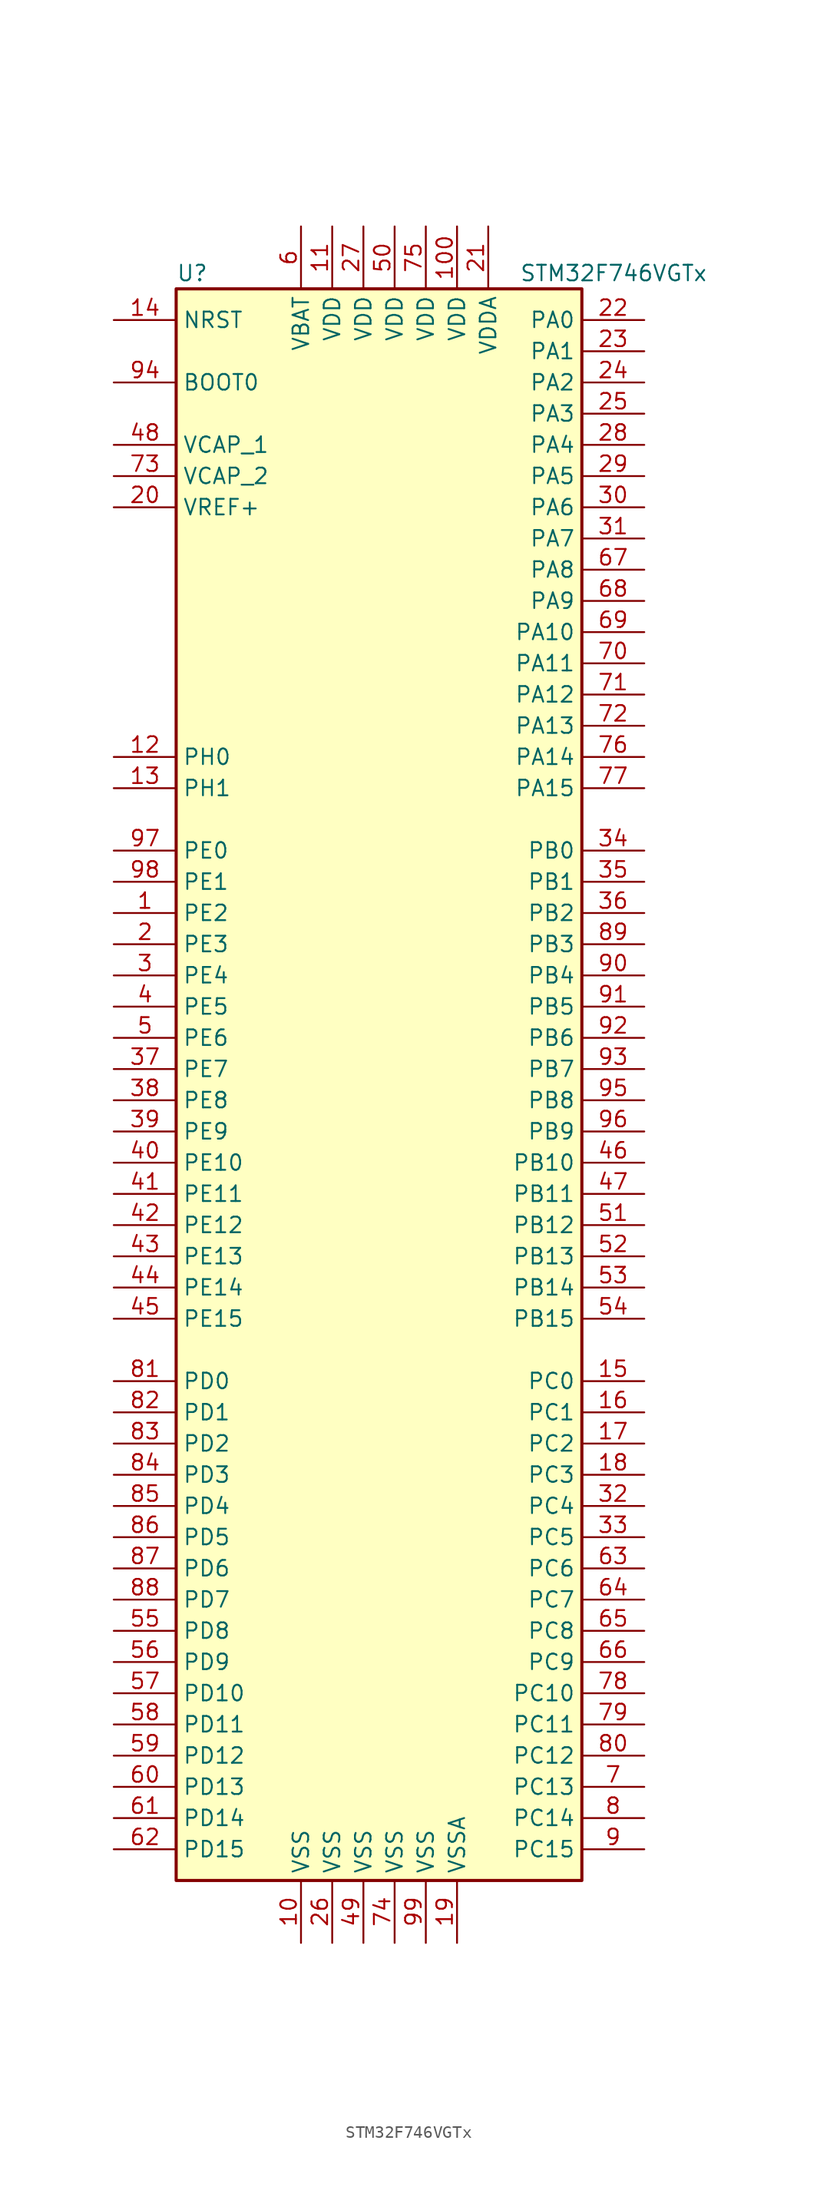
<source format=kicad_sym>
(kicad_symbol_lib
  (version 20220914)
  (generator kicad_symbol_editor)
  (symbol "STM32F746VGTx"
    (property "Reference" "U"
      (at -17.78 64.77 0)
      (effects (font (size 1.27 1.27)) (justify left)))
    (property "Value" "STM32F746VGTx"
      (at 10.16 64.77 0)
      (effects (font (size 1.27 1.27)) (justify left)))
    (symbol "STM32F746VGTx_0_1"
      (rectangle (start -17.78 -66.04) (end 15.24 63.5) (stroke (width 0.254) (type default)) (fill (type background))))
    (symbol "STM32F746VGTx_1_1"
      (pin bidirectional line (at -22.86 12.7 0) (length 5.08) (name "PE2" (effects (font (size 1.27 1.27)))) (number "1" (effects (font (size 1.27 1.27)))))
      (pin power_in line (at -7.62 -71.12 90) (length 5.08) (name "VSS" (effects (font (size 1.27 1.27)))) (number "10" (effects (font (size 1.27 1.27)))))
      (pin power_in line (at 5.08 68.58 270) (length 5.08) (name "VDD" (effects (font (size 1.27 1.27)))) (number "100" (effects (font (size 1.27 1.27)))))
      (pin power_in line (at -5.08 68.58 270) (length 5.08) (name "VDD" (effects (font (size 1.27 1.27)))) (number "11" (effects (font (size 1.27 1.27)))))
      (pin input line (at -22.86 25.4 0) (length 5.08) (name "PH0" (effects (font (size 1.27 1.27)))) (number "12" (effects (font (size 1.27 1.27)))))
      (pin input line (at -22.86 22.86 0) (length 5.08) (name "PH1" (effects (font (size 1.27 1.27)))) (number "13" (effects (font (size 1.27 1.27)))))
      (pin input line (at -22.86 60.96 0) (length 5.08) (name "NRST" (effects (font (size 1.27 1.27)))) (number "14" (effects (font (size 1.27 1.27)))))
      (pin bidirectional line (at 20.32 -25.4 180) (length 5.08) (name "PC0" (effects (font (size 1.27 1.27)))) (number "15" (effects (font (size 1.27 1.27)))))
      (pin bidirectional line (at 20.32 -27.94 180) (length 5.08) (name "PC1" (effects (font (size 1.27 1.27)))) (number "16" (effects (font (size 1.27 1.27)))))
      (pin bidirectional line (at 20.32 -30.48 180) (length 5.08) (name "PC2" (effects (font (size 1.27 1.27)))) (number "17" (effects (font (size 1.27 1.27)))))
      (pin bidirectional line (at 20.32 -33.02 180) (length 5.08) (name "PC3" (effects (font (size 1.27 1.27)))) (number "18" (effects (font (size 1.27 1.27)))))
      (pin power_in line (at 5.08 -71.12 90) (length 5.08) (name "VSSA" (effects (font (size 1.27 1.27)))) (number "19" (effects (font (size 1.27 1.27)))))
      (pin bidirectional line (at -22.86 10.16 0) (length 5.08) (name "PE3" (effects (font (size 1.27 1.27)))) (number "2" (effects (font (size 1.27 1.27)))))
      (pin power_in line (at -22.86 45.72 0) (length 5.08) (name "VREF+" (effects (font (size 1.27 1.27)))) (number "20" (effects (font (size 1.27 1.27)))))
      (pin power_in line (at 7.62 68.58 270) (length 5.08) (name "VDDA" (effects (font (size 1.27 1.27)))) (number "21" (effects (font (size 1.27 1.27)))))
      (pin bidirectional line (at 20.32 60.96 180) (length 5.08) (name "PA0" (effects (font (size 1.27 1.27)))) (number "22" (effects (font (size 1.27 1.27)))))
      (pin bidirectional line (at 20.32 58.42 180) (length 5.08) (name "PA1" (effects (font (size 1.27 1.27)))) (number "23" (effects (font (size 1.27 1.27)))))
      (pin bidirectional line (at 20.32 55.88 180) (length 5.08) (name "PA2" (effects (font (size 1.27 1.27)))) (number "24" (effects (font (size 1.27 1.27)))))
      (pin bidirectional line (at 20.32 53.34 180) (length 5.08) (name "PA3" (effects (font (size 1.27 1.27)))) (number "25" (effects (font (size 1.27 1.27)))))
      (pin power_in line (at -5.08 -71.12 90) (length 5.08) (name "VSS" (effects (font (size 1.27 1.27)))) (number "26" (effects (font (size 1.27 1.27)))))
      (pin power_in line (at -2.54 68.58 270) (length 5.08) (name "VDD" (effects (font (size 1.27 1.27)))) (number "27" (effects (font (size 1.27 1.27)))))
      (pin bidirectional line (at 20.32 50.8 180) (length 5.08) (name "PA4" (effects (font (size 1.27 1.27)))) (number "28" (effects (font (size 1.27 1.27)))))
      (pin bidirectional line (at 20.32 48.26 180) (length 5.08) (name "PA5" (effects (font (size 1.27 1.27)))) (number "29" (effects (font (size 1.27 1.27)))))
      (pin bidirectional line (at -22.86 7.62 0) (length 5.08) (name "PE4" (effects (font (size 1.27 1.27)))) (number "3" (effects (font (size 1.27 1.27)))))
      (pin bidirectional line (at 20.32 45.72 180) (length 5.08) (name "PA6" (effects (font (size 1.27 1.27)))) (number "30" (effects (font (size 1.27 1.27)))))
      (pin bidirectional line (at 20.32 43.18 180) (length 5.08) (name "PA7" (effects (font (size 1.27 1.27)))) (number "31" (effects (font (size 1.27 1.27)))))
      (pin bidirectional line (at 20.32 -35.56 180) (length 5.08) (name "PC4" (effects (font (size 1.27 1.27)))) (number "32" (effects (font (size 1.27 1.27)))))
      (pin bidirectional line (at 20.32 -38.1 180) (length 5.08) (name "PC5" (effects (font (size 1.27 1.27)))) (number "33" (effects (font (size 1.27 1.27)))))
      (pin bidirectional line (at 20.32 17.78 180) (length 5.08) (name "PB0" (effects (font (size 1.27 1.27)))) (number "34" (effects (font (size 1.27 1.27)))))
      (pin bidirectional line (at 20.32 15.24 180) (length 5.08) (name "PB1" (effects (font (size 1.27 1.27)))) (number "35" (effects (font (size 1.27 1.27)))))
      (pin bidirectional line (at 20.32 12.7 180) (length 5.08) (name "PB2" (effects (font (size 1.27 1.27)))) (number "36" (effects (font (size 1.27 1.27)))))
      (pin bidirectional line (at -22.86 0 0) (length 5.08) (name "PE7" (effects (font (size 1.27 1.27)))) (number "37" (effects (font (size 1.27 1.27)))))
      (pin bidirectional line (at -22.86 -2.54 0) (length 5.08) (name "PE8" (effects (font (size 1.27 1.27)))) (number "38" (effects (font (size 1.27 1.27)))))
      (pin bidirectional line (at -22.86 -5.08 0) (length 5.08) (name "PE9" (effects (font (size 1.27 1.27)))) (number "39" (effects (font (size 1.27 1.27)))))
      (pin bidirectional line (at -22.86 5.08 0) (length 5.08) (name "PE5" (effects (font (size 1.27 1.27)))) (number "4" (effects (font (size 1.27 1.27)))))
      (pin bidirectional line (at -22.86 -7.62 0) (length 5.08) (name "PE10" (effects (font (size 1.27 1.27)))) (number "40" (effects (font (size 1.27 1.27)))))
      (pin bidirectional line (at -22.86 -10.16 0) (length 5.08) (name "PE11" (effects (font (size 1.27 1.27)))) (number "41" (effects (font (size 1.27 1.27)))))
      (pin bidirectional line (at -22.86 -12.7 0) (length 5.08) (name "PE12" (effects (font (size 1.27 1.27)))) (number "42" (effects (font (size 1.27 1.27)))))
      (pin bidirectional line (at -22.86 -15.24 0) (length 5.08) (name "PE13" (effects (font (size 1.27 1.27)))) (number "43" (effects (font (size 1.27 1.27)))))
      (pin bidirectional line (at -22.86 -17.78 0) (length 5.08) (name "PE14" (effects (font (size 1.27 1.27)))) (number "44" (effects (font (size 1.27 1.27)))))
      (pin bidirectional line (at -22.86 -20.32 0) (length 5.08) (name "PE15" (effects (font (size 1.27 1.27)))) (number "45" (effects (font (size 1.27 1.27)))))
      (pin bidirectional line (at 20.32 -7.62 180) (length 5.08) (name "PB10" (effects (font (size 1.27 1.27)))) (number "46" (effects (font (size 1.27 1.27)))))
      (pin bidirectional line (at 20.32 -10.16 180) (length 5.08) (name "PB11" (effects (font (size 1.27 1.27)))) (number "47" (effects (font (size 1.27 1.27)))))
      (pin power_in line (at -22.86 50.8 0) (length 5.08) (name "VCAP_1" (effects (font (size 1.27 1.27)))) (number "48" (effects (font (size 1.27 1.27)))))
      (pin power_in line (at -2.54 -71.12 90) (length 5.08) (name "VSS" (effects (font (size 1.27 1.27)))) (number "49" (effects (font (size 1.27 1.27)))))
      (pin bidirectional line (at -22.86 2.54 0) (length 5.08) (name "PE6" (effects (font (size 1.27 1.27)))) (number "5" (effects (font (size 1.27 1.27)))))
      (pin power_in line (at 0 68.58 270) (length 5.08) (name "VDD" (effects (font (size 1.27 1.27)))) (number "50" (effects (font (size 1.27 1.27)))))
      (pin bidirectional line (at 20.32 -12.7 180) (length 5.08) (name "PB12" (effects (font (size 1.27 1.27)))) (number "51" (effects (font (size 1.27 1.27)))))
      (pin bidirectional line (at 20.32 -15.24 180) (length 5.08) (name "PB13" (effects (font (size 1.27 1.27)))) (number "52" (effects (font (size 1.27 1.27)))))
      (pin bidirectional line (at 20.32 -17.78 180) (length 5.08) (name "PB14" (effects (font (size 1.27 1.27)))) (number "53" (effects (font (size 1.27 1.27)))))
      (pin bidirectional line (at 20.32 -20.32 180) (length 5.08) (name "PB15" (effects (font (size 1.27 1.27)))) (number "54" (effects (font (size 1.27 1.27)))))
      (pin bidirectional line (at -22.86 -45.72 0) (length 5.08) (name "PD8" (effects (font (size 1.27 1.27)))) (number "55" (effects (font (size 1.27 1.27)))))
      (pin bidirectional line (at -22.86 -48.26 0) (length 5.08) (name "PD9" (effects (font (size 1.27 1.27)))) (number "56" (effects (font (size 1.27 1.27)))))
      (pin bidirectional line (at -22.86 -50.8 0) (length 5.08) (name "PD10" (effects (font (size 1.27 1.27)))) (number "57" (effects (font (size 1.27 1.27)))))
      (pin bidirectional line (at -22.86 -53.34 0) (length 5.08) (name "PD11" (effects (font (size 1.27 1.27)))) (number "58" (effects (font (size 1.27 1.27)))))
      (pin bidirectional line (at -22.86 -55.88 0) (length 5.08) (name "PD12" (effects (font (size 1.27 1.27)))) (number "59" (effects (font (size 1.27 1.27)))))
      (pin power_in line (at -7.62 68.58 270) (length 5.08) (name "VBAT" (effects (font (size 1.27 1.27)))) (number "6" (effects (font (size 1.27 1.27)))))
      (pin bidirectional line (at -22.86 -58.42 0) (length 5.08) (name "PD13" (effects (font (size 1.27 1.27)))) (number "60" (effects (font (size 1.27 1.27)))))
      (pin bidirectional line (at -22.86 -60.96 0) (length 5.08) (name "PD14" (effects (font (size 1.27 1.27)))) (number "61" (effects (font (size 1.27 1.27)))))
      (pin bidirectional line (at -22.86 -63.5 0) (length 5.08) (name "PD15" (effects (font (size 1.27 1.27)))) (number "62" (effects (font (size 1.27 1.27)))))
      (pin bidirectional line (at 20.32 -40.64 180) (length 5.08) (name "PC6" (effects (font (size 1.27 1.27)))) (number "63" (effects (font (size 1.27 1.27)))))
      (pin bidirectional line (at 20.32 -43.18 180) (length 5.08) (name "PC7" (effects (font (size 1.27 1.27)))) (number "64" (effects (font (size 1.27 1.27)))))
      (pin bidirectional line (at 20.32 -45.72 180) (length 5.08) (name "PC8" (effects (font (size 1.27 1.27)))) (number "65" (effects (font (size 1.27 1.27)))))
      (pin bidirectional line (at 20.32 -48.26 180) (length 5.08) (name "PC9" (effects (font (size 1.27 1.27)))) (number "66" (effects (font (size 1.27 1.27)))))
      (pin bidirectional line (at 20.32 40.64 180) (length 5.08) (name "PA8" (effects (font (size 1.27 1.27)))) (number "67" (effects (font (size 1.27 1.27)))))
      (pin bidirectional line (at 20.32 38.1 180) (length 5.08) (name "PA9" (effects (font (size 1.27 1.27)))) (number "68" (effects (font (size 1.27 1.27)))))
      (pin bidirectional line (at 20.32 35.56 180) (length 5.08) (name "PA10" (effects (font (size 1.27 1.27)))) (number "69" (effects (font (size 1.27 1.27)))))
      (pin bidirectional line (at 20.32 -58.42 180) (length 5.08) (name "PC13" (effects (font (size 1.27 1.27)))) (number "7" (effects (font (size 1.27 1.27)))))
      (pin bidirectional line (at 20.32 33.02 180) (length 5.08) (name "PA11" (effects (font (size 1.27 1.27)))) (number "70" (effects (font (size 1.27 1.27)))))
      (pin bidirectional line (at 20.32 30.48 180) (length 5.08) (name "PA12" (effects (font (size 1.27 1.27)))) (number "71" (effects (font (size 1.27 1.27)))))
      (pin bidirectional line (at 20.32 27.94 180) (length 5.08) (name "PA13" (effects (font (size 1.27 1.27)))) (number "72" (effects (font (size 1.27 1.27)))))
      (pin power_in line (at -22.86 48.26 0) (length 5.08) (name "VCAP_2" (effects (font (size 1.27 1.27)))) (number "73" (effects (font (size 1.27 1.27)))))
      (pin power_in line (at 0 -71.12 90) (length 5.08) (name "VSS" (effects (font (size 1.27 1.27)))) (number "74" (effects (font (size 1.27 1.27)))))
      (pin power_in line (at 2.54 68.58 270) (length 5.08) (name "VDD" (effects (font (size 1.27 1.27)))) (number "75" (effects (font (size 1.27 1.27)))))
      (pin bidirectional line (at 20.32 25.4 180) (length 5.08) (name "PA14" (effects (font (size 1.27 1.27)))) (number "76" (effects (font (size 1.27 1.27)))))
      (pin bidirectional line (at 20.32 22.86 180) (length 5.08) (name "PA15" (effects (font (size 1.27 1.27)))) (number "77" (effects (font (size 1.27 1.27)))))
      (pin bidirectional line (at 20.32 -50.8 180) (length 5.08) (name "PC10" (effects (font (size 1.27 1.27)))) (number "78" (effects (font (size 1.27 1.27)))))
      (pin bidirectional line (at 20.32 -53.34 180) (length 5.08) (name "PC11" (effects (font (size 1.27 1.27)))) (number "79" (effects (font (size 1.27 1.27)))))
      (pin bidirectional line (at 20.32 -60.96 180) (length 5.08) (name "PC14" (effects (font (size 1.27 1.27)))) (number "8" (effects (font (size 1.27 1.27)))))
      (pin bidirectional line (at 20.32 -55.88 180) (length 5.08) (name "PC12" (effects (font (size 1.27 1.27)))) (number "80" (effects (font (size 1.27 1.27)))))
      (pin bidirectional line (at -22.86 -25.4 0) (length 5.08) (name "PD0" (effects (font (size 1.27 1.27)))) (number "81" (effects (font (size 1.27 1.27)))))
      (pin bidirectional line (at -22.86 -27.94 0) (length 5.08) (name "PD1" (effects (font (size 1.27 1.27)))) (number "82" (effects (font (size 1.27 1.27)))))
      (pin bidirectional line (at -22.86 -30.48 0) (length 5.08) (name "PD2" (effects (font (size 1.27 1.27)))) (number "83" (effects (font (size 1.27 1.27)))))
      (pin bidirectional line (at -22.86 -33.02 0) (length 5.08) (name "PD3" (effects (font (size 1.27 1.27)))) (number "84" (effects (font (size 1.27 1.27)))))
      (pin bidirectional line (at -22.86 -35.56 0) (length 5.08) (name "PD4" (effects (font (size 1.27 1.27)))) (number "85" (effects (font (size 1.27 1.27)))))
      (pin bidirectional line (at -22.86 -38.1 0) (length 5.08) (name "PD5" (effects (font (size 1.27 1.27)))) (number "86" (effects (font (size 1.27 1.27)))))
      (pin bidirectional line (at -22.86 -40.64 0) (length 5.08) (name "PD6" (effects (font (size 1.27 1.27)))) (number "87" (effects (font (size 1.27 1.27)))))
      (pin bidirectional line (at -22.86 -43.18 0) (length 5.08) (name "PD7" (effects (font (size 1.27 1.27)))) (number "88" (effects (font (size 1.27 1.27)))))
      (pin bidirectional line (at 20.32 10.16 180) (length 5.08) (name "PB3" (effects (font (size 1.27 1.27)))) (number "89" (effects (font (size 1.27 1.27)))))
      (pin bidirectional line (at 20.32 -63.5 180) (length 5.08) (name "PC15" (effects (font (size 1.27 1.27)))) (number "9" (effects (font (size 1.27 1.27)))))
      (pin bidirectional line (at 20.32 7.62 180) (length 5.08) (name "PB4" (effects (font (size 1.27 1.27)))) (number "90" (effects (font (size 1.27 1.27)))))
      (pin bidirectional line (at 20.32 5.08 180) (length 5.08) (name "PB5" (effects (font (size 1.27 1.27)))) (number "91" (effects (font (size 1.27 1.27)))))
      (pin bidirectional line (at 20.32 2.54 180) (length 5.08) (name "PB6" (effects (font (size 1.27 1.27)))) (number "92" (effects (font (size 1.27 1.27)))))
      (pin bidirectional line (at 20.32 0 180) (length 5.08) (name "PB7" (effects (font (size 1.27 1.27)))) (number "93" (effects (font (size 1.27 1.27)))))
      (pin input line (at -22.86 55.88 0) (length 5.08) (name "BOOT0" (effects (font (size 1.27 1.27)))) (number "94" (effects (font (size 1.27 1.27)))))
      (pin bidirectional line (at 20.32 -2.54 180) (length 5.08) (name "PB8" (effects (font (size 1.27 1.27)))) (number "95" (effects (font (size 1.27 1.27)))))
      (pin bidirectional line (at 20.32 -5.08 180) (length 5.08) (name "PB9" (effects (font (size 1.27 1.27)))) (number "96" (effects (font (size 1.27 1.27)))))
      (pin bidirectional line (at -22.86 17.78 0) (length 5.08) (name "PE0" (effects (font (size 1.27 1.27)))) (number "97" (effects (font (size 1.27 1.27)))))
      (pin bidirectional line (at -22.86 15.24 0) (length 5.08) (name "PE1" (effects (font (size 1.27 1.27)))) (number "98" (effects (font (size 1.27 1.27)))))
      (pin power_in line (at 2.54 -71.12 90) (length 5.08) (name "VSS" (effects (font (size 1.27 1.27)))) (number "99" (effects (font (size 1.27 1.27))))))))
</source>
